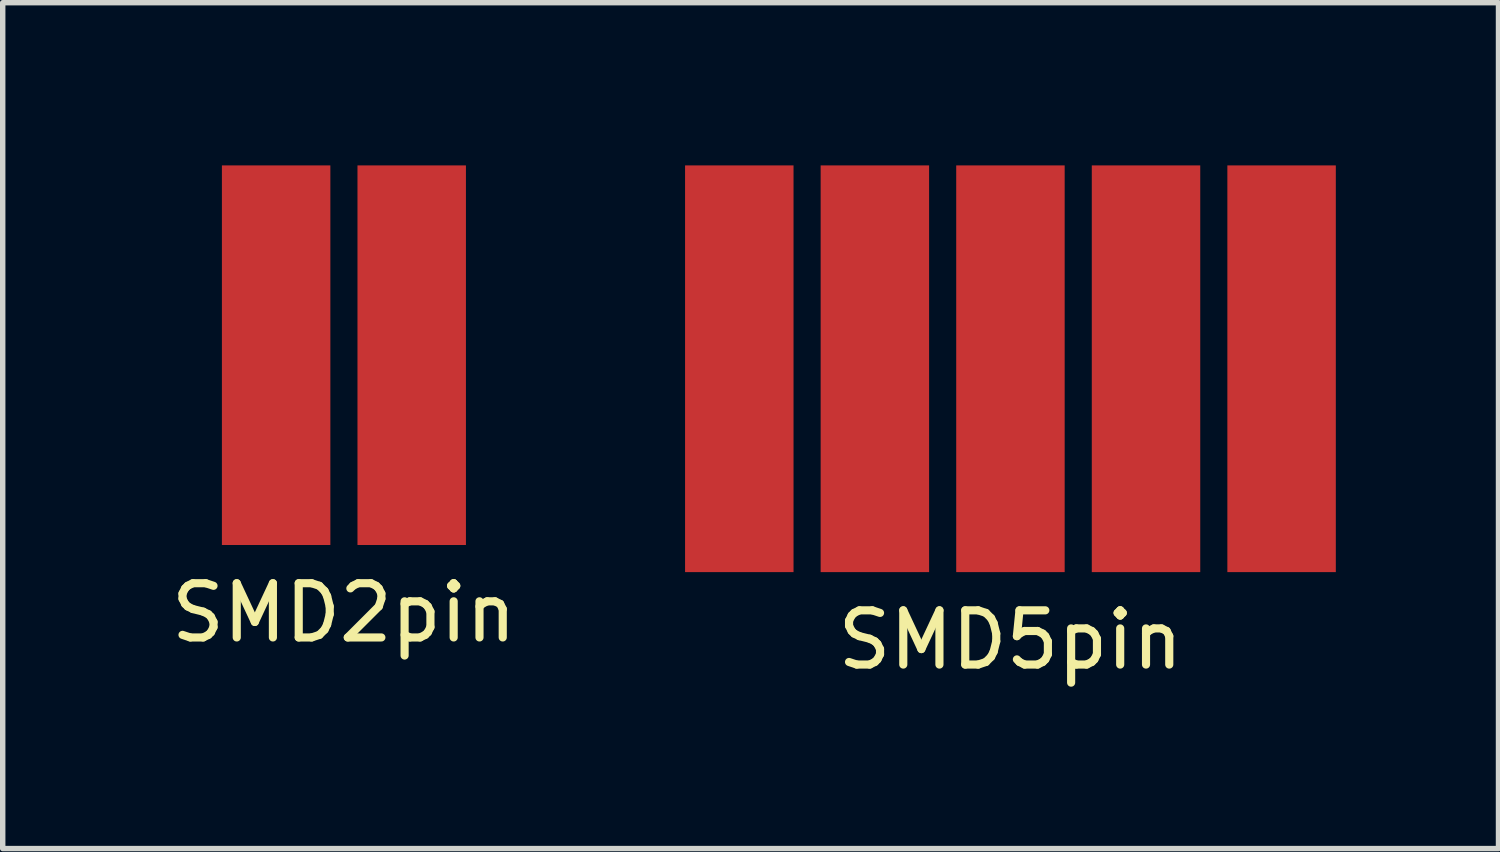
<source format=kicad_pcb>
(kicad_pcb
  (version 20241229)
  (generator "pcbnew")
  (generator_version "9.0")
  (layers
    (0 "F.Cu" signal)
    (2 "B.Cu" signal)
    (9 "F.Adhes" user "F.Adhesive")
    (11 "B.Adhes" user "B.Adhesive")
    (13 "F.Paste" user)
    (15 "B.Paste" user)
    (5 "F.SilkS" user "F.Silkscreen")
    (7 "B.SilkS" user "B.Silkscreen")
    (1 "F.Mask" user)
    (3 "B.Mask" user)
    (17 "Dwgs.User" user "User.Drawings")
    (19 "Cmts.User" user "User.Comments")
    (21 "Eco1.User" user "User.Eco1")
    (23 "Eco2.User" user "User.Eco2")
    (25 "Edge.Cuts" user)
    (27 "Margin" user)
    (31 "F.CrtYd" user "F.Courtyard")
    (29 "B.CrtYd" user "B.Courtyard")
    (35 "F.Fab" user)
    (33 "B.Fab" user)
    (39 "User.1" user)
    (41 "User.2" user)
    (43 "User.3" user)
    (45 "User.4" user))
  (footprint "SMD2pin"
    (layer "F.Cu")
    (at 3.292 3.5)
    (property "Reference" "SMD2pin" (at 0 4.75 0) (layer "F.SilkS") (effects (font (size 1 1) (thickness 0.15))))
    (attr through_hole)
    (pad "1" smd rect (at -1.25 0) (size 2 7) (layers "F.Cu" "F.Mask" "F.Paste"))
    (pad "2" smd rect (at 1.25 0) (size 2 7) (layers "F.Cu" "F.Mask" "F.Paste")))
  (footprint "SMD5pin"
    (layer "F.Cu")
    (at 15.583 3.75)
    (property "Reference" "SMD5pin" (at 0 5 0) (layer "F.SilkS") (effects (font (size 1 1) (thickness 0.15))))
    (attr through_hole)
    (pad "1" smd rect (at -5 0) (size 2 7.5) (layers "F.Cu" "F.Mask" "F.Paste"))
    (pad "2" smd rect (at -2.5 0) (size 2 7.5) (layers "F.Cu" "F.Mask" "F.Paste"))
    (pad "3" smd rect (at 0 0) (size 2 7.5) (layers "F.Cu" "F.Mask" "F.Paste"))
    (pad "4" smd rect (at 2.5 0) (size 2 7.5) (layers "F.Cu" "F.Mask" "F.Paste"))
    (pad "5" smd rect (at 5 0) (size 2 7.5) (layers "F.Cu" "F.Mask" "F.Paste")))
  (gr_rect
    (start -3 -3)
    (end 24.583 12.598)
    (stroke (width 0.1) (type default))
    (fill no)
    (layer "Edge.Cuts")))
</source>
